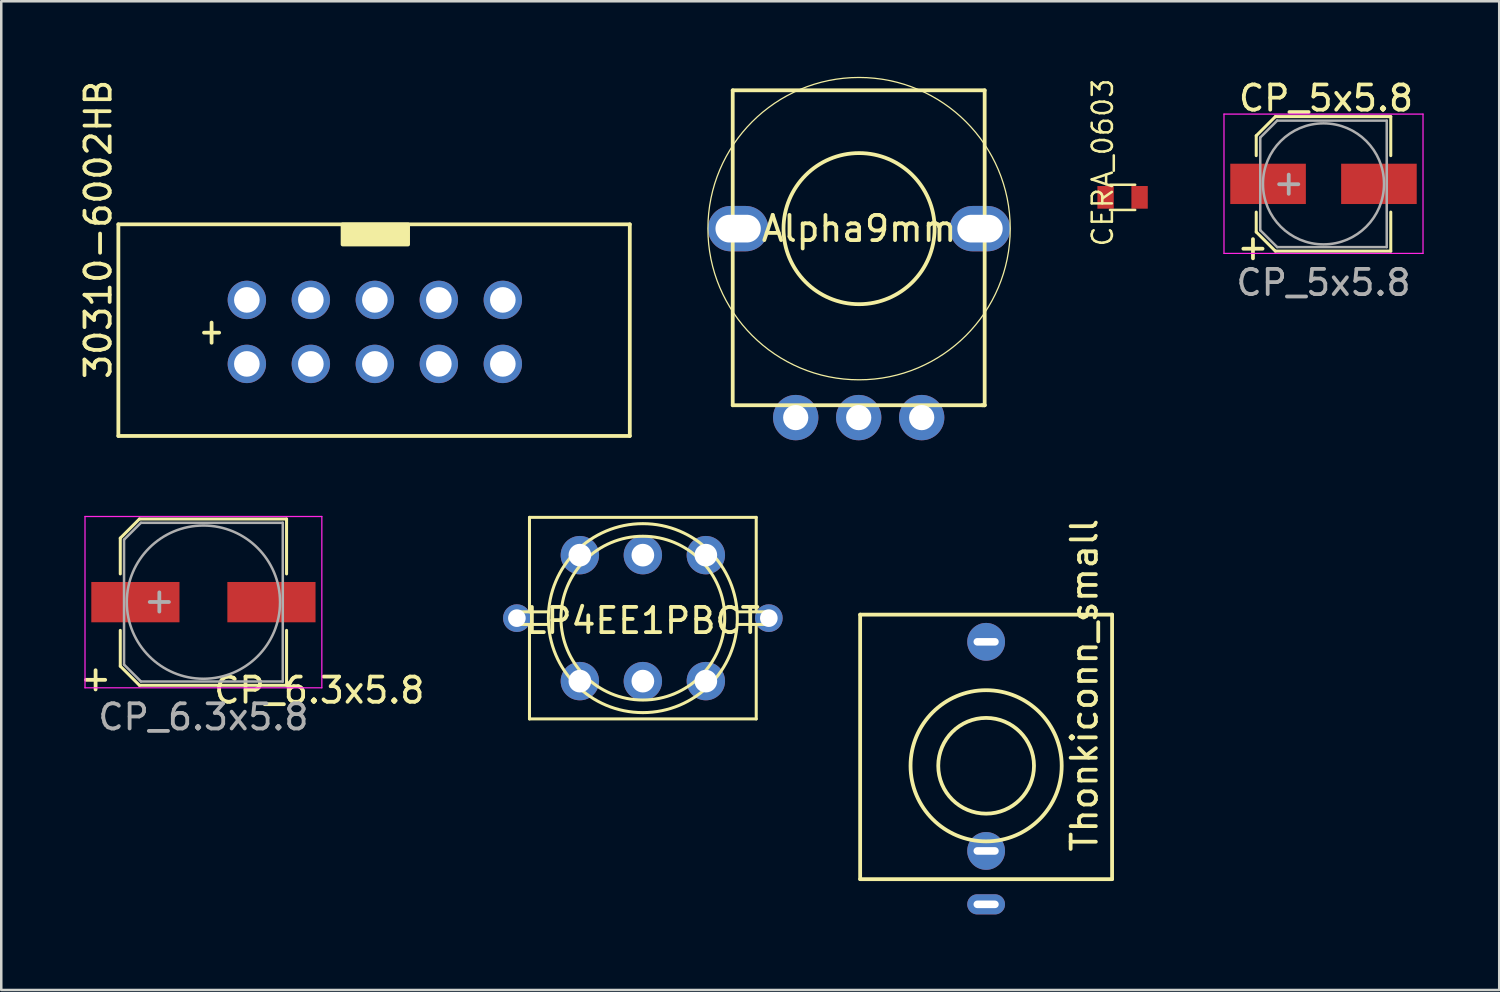
<source format=kicad_pcb>
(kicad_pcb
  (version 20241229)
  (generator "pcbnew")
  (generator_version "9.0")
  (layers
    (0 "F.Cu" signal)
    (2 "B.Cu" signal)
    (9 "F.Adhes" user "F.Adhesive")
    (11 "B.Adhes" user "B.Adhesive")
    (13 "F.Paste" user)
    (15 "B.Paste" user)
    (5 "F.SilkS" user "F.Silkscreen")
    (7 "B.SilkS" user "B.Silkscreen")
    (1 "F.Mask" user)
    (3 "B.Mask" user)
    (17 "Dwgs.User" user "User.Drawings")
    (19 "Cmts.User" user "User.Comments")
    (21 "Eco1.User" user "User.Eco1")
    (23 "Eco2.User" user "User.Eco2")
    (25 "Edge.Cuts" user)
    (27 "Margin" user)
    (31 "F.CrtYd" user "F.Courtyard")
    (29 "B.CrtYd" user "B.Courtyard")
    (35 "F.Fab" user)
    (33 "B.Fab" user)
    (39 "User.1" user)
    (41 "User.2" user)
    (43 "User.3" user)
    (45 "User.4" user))
  (footprint "Thonkiconn_small"
    (layer "F.Cu")
    (at 36.091 27.345)
    (property "Reference" "Thonkiconn_small" (at 3.9 -3.2 270) (layer "F.SilkS") (effects (font (size 1 1) (thickness 0.15))))
    (attr through_hole)
    (fp_line (start -5 -6) (end -5 4.5) (stroke (width 0.15) (type solid)) (layer "F.SilkS"))
    (fp_line (start -5 -6) (end 5 -6) (stroke (width 0.15) (type solid)) (layer "F.SilkS"))
    (fp_line (start -5 4.5) (end 5 4.5) (stroke (width 0.15) (type solid)) (layer "F.SilkS"))
    (fp_line (start 5 -6) (end 5 4.5) (stroke (width 0.15) (type solid)) (layer "F.SilkS"))
    (fp_circle (center 0 0) (end 1.9 0) (stroke (width 0.15) (type solid)) (fill no) (layer "F.SilkS"))
    (fp_circle (center 0 0) (end 3 0) (stroke (width 0.15) (type solid)) (fill no) (layer "F.SilkS"))
    (pad "1" thru_hole oval (at 0 5.5) (size 1.5 0.8) (drill oval 1 0.3) (layers "*.Cu" "*.Mask"))
    (pad "2" thru_hole oval (at 0 3.38) (size 1.5 1.5) (drill oval 1 0.3) (layers "*.Cu" "*.Mask"))
    (pad "3" thru_hole oval (at 0 -4.92) (size 1.5 1.5) (drill oval 1 0.3) (layers "*.Cu" "*.Mask")))
  (footprint "CP_5x5.8"
    (layer "F.Cu")
    (at 49.482 4.248)
    (property "Reference" "CP_5x5.8" (at 0.1 -3.4 0) (layer "F.SilkS") (effects (font (size 1 1) (thickness 0.15))))
    (attr smd)
    (fp_line (start -2.67 -1.91) (end -2.67 -1.12) (stroke (width 0.12) (type solid)) (layer "F.SilkS"))
    (fp_line (start -2.67 1.91) (end -2.67 1.12) (stroke (width 0.12) (type solid)) (layer "F.SilkS"))
    (fp_line (start -2.67 1.91) (end -1.91 2.67) (stroke (width 0.12) (type solid)) (layer "F.SilkS"))
    (fp_line (start -1.91 -2.67) (end -2.67 -1.91) (stroke (width 0.12) (type solid)) (layer "F.SilkS"))
    (fp_line (start -1.91 2.67) (end 2.67 2.67) (stroke (width 0.12) (type solid)) (layer "F.SilkS"))
    (fp_line (start 2.67 -2.67) (end -1.91 -2.67) (stroke (width 0.12) (type solid)) (layer "F.SilkS"))
    (fp_line (start 2.67 -2.67) (end 2.67 -1.12) (stroke (width 0.12) (type solid)) (layer "F.SilkS"))
    (fp_line (start 2.67 2.67) (end 2.67 1.12) (stroke (width 0.12) (type solid)) (layer "F.SilkS"))
    (fp_line (start -3.95 -2.77) (end -3.95 2.76) (stroke (width 0.05) (type solid)) (layer "F.CrtYd"))
    (fp_line (start -3.95 -2.77) (end 3.95 -2.77) (stroke (width 0.05) (type solid)) (layer "F.CrtYd"))
    (fp_line (start 3.95 2.76) (end -3.95 2.76) (stroke (width 0.05) (type solid)) (layer "F.CrtYd"))
    (fp_line (start 3.95 2.76) (end 3.95 -2.77) (stroke (width 0.05) (type solid)) (layer "F.CrtYd"))
    (fp_line (start -2.51 -1.84) (end -2.51 1.84) (stroke (width 0.1) (type solid)) (layer "F.Fab"))
    (fp_line (start -2.51 1.84) (end -1.84 2.51) (stroke (width 0.1) (type solid)) (layer "F.Fab"))
    (fp_line (start -1.84 -2.51) (end -2.51 -1.84) (stroke (width 0.1) (type solid)) (layer "F.Fab"))
    (fp_line (start -1.84 2.51) (end 2.51 2.51) (stroke (width 0.1) (type solid)) (layer "F.Fab"))
    (fp_line (start 2.51 -2.51) (end -1.84 -2.51) (stroke (width 0.1) (type solid)) (layer "F.Fab"))
    (fp_line (start 2.51 2.51) (end 2.51 -2.51) (stroke (width 0.1) (type solid)) (layer "F.Fab"))
    (fp_circle (center 0 0) (end 0.1 2.4) (stroke (width 0.1) (type solid)) (fill no) (layer "F.Fab"))
    (fp_text user "+" (at -2.8 2.5 0) (layer "F.SilkS") (effects (font (size 1 1) (thickness 0.15))))
    (fp_text user "+" (at -1.38 -0.06 0) (layer "F.Fab") (effects (font (size 1 1) (thickness 0.15))))
    (fp_text user "${REFERENCE}" (at 0 3.92 0) (layer "F.Fab") (effects (font (size 1 1) (thickness 0.15))))
    (pad "1" smd rect (at -2.2 0) (size 3 1.6) (layers "F.Cu" "F.Mask" "F.Paste"))
    (pad "2" smd rect (at 2.2 0) (size 3 1.6) (layers "F.Cu" "F.Mask" "F.Paste")))
  (footprint "LP4EE1PBCT"
    (layer "F.Cu")
    (at 22.466 21.485)
    (property "Reference" "LP4EE1PBCT" (at 0 0.1 180) (layer "F.SilkS") (effects (font (size 1 1) (thickness 0.15))))
    (attr through_hole)
    (fp_line (start -5 -0.25) (end -3.75 -0.25) (stroke (width 0.12) (type solid)) (layer "F.SilkS"))
    (fp_line (start -5 0.25) (end -5 -0.25) (stroke (width 0.12) (type solid)) (layer "F.SilkS"))
    (fp_line (start -4.5 -0.25) (end -4.5 -4) (stroke (width 0.12) (type solid)) (layer "F.SilkS"))
    (fp_line (start -4.5 0.25) (end -4.5 4) (stroke (width 0.12) (type solid)) (layer "F.SilkS"))
    (fp_line (start -4.5 4) (end 4.5 4) (stroke (width 0.12) (type solid)) (layer "F.SilkS"))
    (fp_line (start -3.75 0.25) (end -5 0.25) (stroke (width 0.12) (type solid)) (layer "F.SilkS"))
    (fp_line (start 3.75 -0.25) (end 5 -0.25) (stroke (width 0.12) (type solid)) (layer "F.SilkS"))
    (fp_line (start 4.5 -4) (end -4.5 -4) (stroke (width 0.12) (type solid)) (layer "F.SilkS"))
    (fp_line (start 4.5 -0.25) (end 4.5 -4) (stroke (width 0.12) (type solid)) (layer "F.SilkS"))
    (fp_line (start 4.5 4) (end 4.5 0.25) (stroke (width 0.12) (type solid)) (layer "F.SilkS"))
    (fp_line (start 5 -0.25) (end 5 0.25) (stroke (width 0.12) (type solid)) (layer "F.SilkS"))
    (fp_line (start 5 0.25) (end 3.75 0.25) (stroke (width 0.12) (type solid)) (layer "F.SilkS"))
    (fp_circle (center 0 0) (end 3.25 0) (stroke (width 0.12) (type solid)) (fill no) (layer "F.SilkS"))
    (fp_circle (center 0 0) (end 3.75 0) (stroke (width 0.12) (type solid)) (fill no) (layer "F.SilkS"))
    (pad "1" thru_hole circle (at 2.5 -2.5) (size 1.524 1.524) (drill 0.9) (layers "*.Cu" "*.Mask"))
    (pad "2" thru_hole circle (at 0 -2.5) (size 1.524 1.524) (drill 0.9) (layers "*.Cu" "*.Mask"))
    (pad "3" thru_hole circle (at -2.5 -2.5) (size 1.524 1.524) (drill 0.9) (layers "*.Cu" "*.Mask"))
    (pad "4" thru_hole circle (at 2.5 2.5) (size 1.524 1.524) (drill 0.9) (layers "*.Cu" "*.Mask"))
    (pad "5" thru_hole circle (at 0 2.5) (size 1.524 1.524) (drill 0.9) (layers "*.Cu" "*.Mask"))
    (pad "6" thru_hole circle (at -2.5 2.5) (size 1.524 1.524) (drill 0.9) (layers "*.Cu" "*.Mask"))
    (pad "L1" thru_hole circle (at 5 0) (size 1.1 1.1) (drill 0.7) (layers "*.Cu" "*.Mask"))
    (pad "L2" thru_hole circle (at -5 0) (size 1.1 1.1) (drill 0.7) (layers "*.Cu" "*.Mask")))
  (footprint "CERA_0603"
    (layer "F.Cu")
    (at 41.507 4.783)
    (property "Reference" "CERA_0603" (at -0.79 -1.38 90) (layer "F.SilkS") (effects (font (size 0.8 0.8) (thickness 0.1))))
    (attr smd)
    (fp_line (start -0.5 -0.5) (end 0.5 -0.5) (stroke (width 0.1) (type solid)) (layer "F.SilkS"))
    (fp_line (start 0.5 0.5) (end -0.5 0.5) (stroke (width 0.1) (type solid)) (layer "F.SilkS"))
    (pad "1" smd rect (at -0.675 0 180) (size 0.65 0.9) (layers "F.Cu" "F.Mask" "F.Paste"))
    (pad "2" smd rect (at 0.675 0 180) (size 0.65 0.9) (layers "F.Cu" "F.Mask" "F.Paste")))
  (footprint "30310-6002HB"
    (layer "F.Cu")
    (at 6.748 8.854)
    (property "Reference" "30310-6002HB" (at -5.9 -2.8 90) (layer "F.SilkS") (effects (font (size 1 1) (thickness 0.15))))
    (attr through_hole)
    (fp_line (start -5.1 -3) (end -5.1 5.4) (stroke (width 0.15) (type solid)) (layer "F.SilkS"))
    (fp_line (start -1.7 1.3) (end -1.1 1.3) (stroke (width 0.15) (type solid)) (layer "F.SilkS"))
    (fp_line (start -1.4 0.9) (end -1.4 1.7) (stroke (width 0.15) (type solid)) (layer "F.SilkS"))
    (fp_line (start 15.2 -3) (end -5.1 -3) (stroke (width 0.15) (type solid)) (layer "F.SilkS"))
    (fp_line (start 15.2 -3) (end 15.2 5.4) (stroke (width 0.15) (type solid)) (layer "F.SilkS"))
    (fp_line (start 15.2 5.4) (end -5.1 5.4) (stroke (width 0.15) (type solid)) (layer "F.SilkS"))
    (fp_poly (pts (xy 3.8 -3) (xy 3.8 -2.2) (xy 6.4 -2.2) (xy 6.4 -3)) (stroke (width 0.15) (type solid)) (fill yes) (layer "F.SilkS"))
    (pad "1" thru_hole circle (at 0 2.54 180) (size 1.524 1.524) (drill 1.016) (layers "*.Cu" "*.Mask"))
    (pad "2" thru_hole circle (at 2.54 2.54 180) (size 1.524 1.524) (drill 1.016) (layers "*.Cu" "*.Mask"))
    (pad "3" thru_hole circle (at 5.08 2.54 180) (size 1.524 1.524) (drill 1.016) (layers "*.Cu" "*.Mask"))
    (pad "4" thru_hole circle (at 7.62 2.54 180) (size 1.524 1.524) (drill 1.016) (layers "*.Cu" "*.Mask"))
    (pad "5" thru_hole circle (at 10.16 2.54 180) (size 1.524 1.524) (drill 1.016) (layers "*.Cu" "*.Mask"))
    (pad "6" thru_hole circle (at 10.16 0 180) (size 1.524 1.524) (drill 1.016) (layers "*.Cu" "*.Mask"))
    (pad "7" thru_hole circle (at 7.62 0 180) (size 1.524 1.524) (drill 1.016) (layers "*.Cu" "*.Mask"))
    (pad "8" thru_hole circle (at 5.08 0 180) (size 1.524 1.524) (drill 1.016) (layers "*.Cu" "*.Mask"))
    (pad "9" thru_hole circle (at 2.54 0 180) (size 1.524 1.524) (drill 1.016) (layers "*.Cu" "*.Mask"))
    (pad "10" thru_hole circle (at 0 0 180) (size 1.524 1.524) (drill 1.016) (layers "*.Cu" "*.Mask")))
  (footprint "Alpha9mm"
    (layer "F.Cu")
    (at 31.048 6.025)
    (property "Reference" "Alpha9mm" (at 0 0 0) (layer "F.SilkS") (effects (font (size 1 1) (thickness 0.15))))
    (attr through_hole)
    (fp_line (start -5.015 -5.49) (end 4.985 -5.49) (stroke (width 0.15) (type solid)) (layer "F.SilkS"))
    (fp_line (start -5.015 7.01) (end -5.015 -5.49) (stroke (width 0.15) (type solid)) (layer "F.SilkS"))
    (fp_line (start -5.015 7.01) (end 4.985 7.01) (stroke (width 0.15) (type solid)) (layer "F.SilkS"))
    (fp_line (start 4.985 7.01) (end 4.885 7.01) (stroke (width 0.15) (type solid)) (layer "F.SilkS"))
    (fp_line (start 4.985 7.01) (end 4.985 -5.49) (stroke (width 0.15) (type solid)) (layer "F.SilkS"))
    (fp_circle (center 0 0) (end 2.997 -0.102) (stroke (width 0.15) (type solid)) (fill no) (layer "F.SilkS"))
    (fp_circle (center 0 0) (end 6 0) (stroke (width 0.05) (type solid)) (fill no) (layer "F.SilkS"))
    (pad "1" thru_hole circle (at -2.515 7.5) (size 1.8 1.8) (drill 1) (layers "*.Cu" "*.Mask"))
    (pad "2" thru_hole circle (at -0.015 7.5) (size 1.8 1.8) (drill 1) (layers "*.Cu" "*.Mask"))
    (pad "3" thru_hole circle (at 2.485 7.5) (size 1.8 1.8) (drill 1) (layers "*.Cu" "*.Mask"))
    (pad "4" thru_hole oval (at -4.8 0) (size 2.4 1.8) (drill oval 1.8 1.1) (layers "*.Cu" "*.Mask"))
    (pad "4" thru_hole oval (at 4.8 0) (size 2.4 1.8) (drill oval 1.8 1.1) (layers "*.Cu" "*.Mask")))
  (footprint "CP_6.3x5.8"
    (layer "F.Cu")
    (at 5.024 20.85)
    (property "Reference" "CP_6.3x5.8" (at 4.6 3.5 0) (layer "F.SilkS") (effects (font (size 1 1) (thickness 0.15))))
    (attr smd)
    (fp_line (start -3.3 -2.54) (end -3.3 -1.12) (stroke (width 0.12) (type solid)) (layer "F.SilkS"))
    (fp_line (start -3.3 -2.54) (end -2.54 -3.3) (stroke (width 0.12) (type solid)) (layer "F.SilkS"))
    (fp_line (start -3.3 2.54) (end -3.3 1.12) (stroke (width 0.12) (type solid)) (layer "F.SilkS"))
    (fp_line (start -2.54 -3.3) (end 3.3 -3.3) (stroke (width 0.12) (type solid)) (layer "F.SilkS"))
    (fp_line (start -2.54 3.3) (end -3.3 2.54) (stroke (width 0.12) (type solid)) (layer "F.SilkS"))
    (fp_line (start 3.3 -3.3) (end 3.3 -1.12) (stroke (width 0.12) (type solid)) (layer "F.SilkS"))
    (fp_line (start 3.3 3.3) (end -2.54 3.3) (stroke (width 0.12) (type solid)) (layer "F.SilkS"))
    (fp_line (start 3.3 3.3) (end 3.3 1.12) (stroke (width 0.12) (type solid)) (layer "F.SilkS"))
    (fp_line (start -4.7 -3.4) (end -4.7 3.4) (stroke (width 0.05) (type solid)) (layer "F.CrtYd"))
    (fp_line (start -4.7 -3.4) (end 4.7 -3.4) (stroke (width 0.05) (type solid)) (layer "F.CrtYd"))
    (fp_line (start 4.7 3.4) (end -4.7 3.4) (stroke (width 0.05) (type solid)) (layer "F.CrtYd"))
    (fp_line (start 4.7 3.4) (end 4.7 -3.4) (stroke (width 0.05) (type solid)) (layer "F.CrtYd"))
    (fp_line (start -3.15 -2.48) (end -3.15 2.48) (stroke (width 0.1) (type solid)) (layer "F.Fab"))
    (fp_line (start -3.15 2.48) (end -2.48 3.15) (stroke (width 0.1) (type solid)) (layer "F.Fab"))
    (fp_line (start -2.48 -3.15) (end -3.15 -2.48) (stroke (width 0.1) (type solid)) (layer "F.Fab"))
    (fp_line (start -2.48 3.15) (end 3.15 3.15) (stroke (width 0.1) (type solid)) (layer "F.Fab"))
    (fp_line (start 3.15 -3.15) (end -2.48 -3.15) (stroke (width 0.1) (type solid)) (layer "F.Fab"))
    (fp_line (start 3.15 3.15) (end 3.15 -3.15) (stroke (width 0.1) (type solid)) (layer "F.Fab"))
    (fp_circle (center 0 0) (end 0.5 3) (stroke (width 0.1) (type solid)) (fill no) (layer "F.Fab"))
    (fp_text user "+" (at -4.28 3.01 0) (layer "F.SilkS") (effects (font (size 1 1) (thickness 0.15))))
    (fp_text user "${REFERENCE}" (at 0 4.56 0) (layer "F.Fab") (effects (font (size 1 1) (thickness 0.15))))
    (fp_text user "+" (at -1.75 -0.08 0) (layer "F.Fab") (effects (font (size 1 1) (thickness 0.15))))
    (pad "1" smd rect (at -2.7 0) (size 3.5 1.6) (layers "F.Cu" "F.Mask" "F.Paste"))
    (pad "2" smd rect (at 2.7 0) (size 3.5 1.6) (layers "F.Cu" "F.Mask" "F.Paste")))
  (gr_rect
    (start -3 -3)
    (end 56.457 36.245)
    (stroke (width 0.1) (type default))
    (fill no)
    (layer "Edge.Cuts")))
</source>
